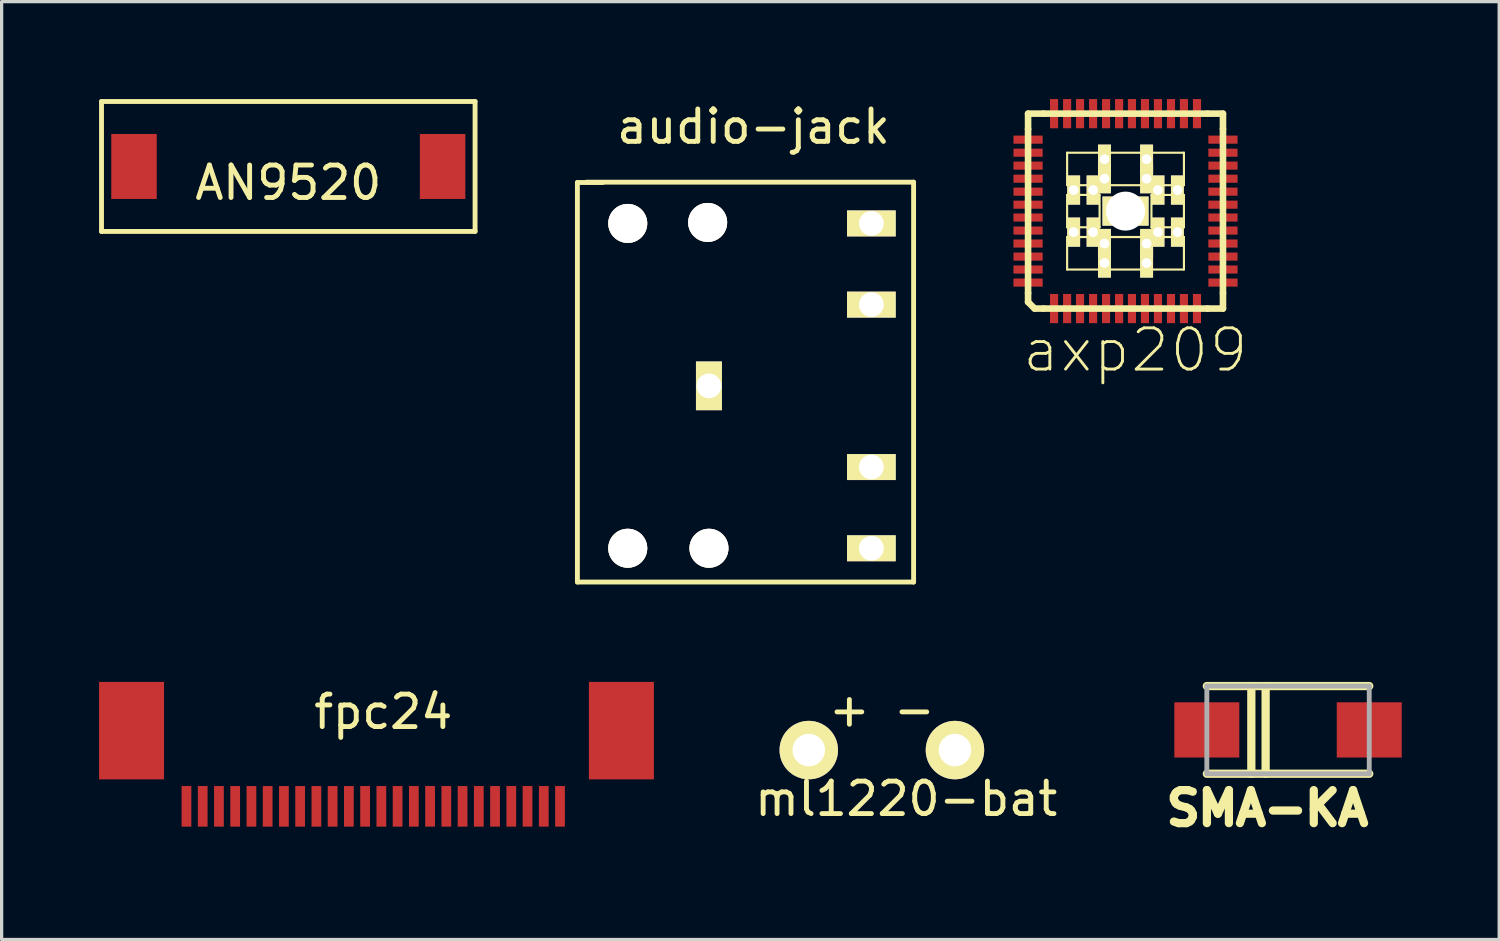
<source format=kicad_pcb>
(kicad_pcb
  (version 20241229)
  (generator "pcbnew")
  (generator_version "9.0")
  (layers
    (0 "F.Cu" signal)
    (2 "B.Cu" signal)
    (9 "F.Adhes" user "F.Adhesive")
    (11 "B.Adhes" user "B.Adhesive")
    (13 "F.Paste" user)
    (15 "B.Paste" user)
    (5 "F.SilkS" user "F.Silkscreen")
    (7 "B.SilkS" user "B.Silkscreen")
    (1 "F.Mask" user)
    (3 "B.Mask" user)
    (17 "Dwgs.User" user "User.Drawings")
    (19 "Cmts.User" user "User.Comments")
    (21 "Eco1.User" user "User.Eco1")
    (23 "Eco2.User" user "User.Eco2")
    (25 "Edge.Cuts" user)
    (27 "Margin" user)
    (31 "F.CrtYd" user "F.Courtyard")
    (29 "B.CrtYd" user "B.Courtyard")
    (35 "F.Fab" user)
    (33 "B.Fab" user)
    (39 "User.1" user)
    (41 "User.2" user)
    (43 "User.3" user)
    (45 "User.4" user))
  (footprint "SMA-KA"
    (layer "F.Cu")
    (at 36.602 19.42)
    (property "Reference" "SMA-KA" (at -0.635 2.413 0) (layer "F.SilkS") (effects (font (size 1.016 1.016) (thickness 0.254))))
    (attr through_hole)
    (fp_line (start -2.5 1.35) (end 2.5 1.35) (stroke (width 0.254) (type solid)) (layer "F.SilkS"))
    (fp_line (start -1.13 -1.35) (end -1.13 1.35) (stroke (width 0.254) (type solid)) (layer "F.SilkS"))
    (fp_line (start -0.69 -1.35) (end -0.69 1.35) (stroke (width 0.254) (type solid)) (layer "F.SilkS"))
    (fp_line (start 2.5 -1.35) (end -2.5 -1.35) (stroke (width 0.254) (type solid)) (layer "F.SilkS"))
    (fp_line (start -2.5 -1.35) (end 2.5 -1.35) (stroke (width 0.15) (type solid)) (layer "F.Fab"))
    (fp_line (start -2.5 1.35) (end -2.5 -1.35) (stroke (width 0.15) (type solid)) (layer "F.Fab"))
    (fp_line (start 2.5 -1.35) (end 2.5 1.35) (stroke (width 0.15) (type solid)) (layer "F.Fab"))
    (fp_line (start 2.5 1.35) (end -2.5 1.35) (stroke (width 0.15) (type solid)) (layer "F.Fab"))
    (pad "1" smd rect (at -2.5 0) (size 2 1.7) (layers "F.Cu" "F.Mask" "F.Paste"))
    (pad "2" smd rect (at 2.5 0) (size 2 1.7) (layers "F.Cu" "F.Mask" "F.Paste")))
  (footprint "AN9520"
    (layer "F.Cu")
    (at 5.825 2.075)
    (property "Reference" "AN9520" (at 0 0.5 0) (layer "F.SilkS") (effects (font (size 1 1) (thickness 0.15))))
    (attr through_hole)
    (fp_line (start -5.75 -2) (end 5.75 -2) (stroke (width 0.15) (type solid)) (layer "F.SilkS"))
    (fp_line (start -5.75 2) (end -5.75 -2) (stroke (width 0.15) (type solid)) (layer "F.SilkS"))
    (fp_line (start 5.75 -2) (end 5.75 2) (stroke (width 0.15) (type solid)) (layer "F.SilkS"))
    (fp_line (start 5.75 2) (end -5.75 2) (stroke (width 0.15) (type solid)) (layer "F.SilkS"))
    (pad "1" smd rect (at -4.75 0) (size 1.4 2) (layers "F.Cu" "F.Mask" "F.Paste"))
    (pad "2" smd rect (at 4.75 0) (size 1.4 2) (layers "F.Cu" "F.Mask" "F.Paste")))
  (footprint "ml1220-bat"
    (layer "F.Cu")
    (at 24.098 20.041)
    (property "Reference" "ml1220-bat" (at 0.75 1.5 0) (layer "F.SilkS") (effects (font (size 1 1) (thickness 0.15))))
    (attr through_hole)
    (fp_text user "-" (at 1 -1.25 0) (layer "F.SilkS") (effects (font (size 1 1) (thickness 0.15))))
    (fp_text user "+" (at -1 -1.25 0) (layer "F.SilkS") (effects (font (size 1 1) (thickness 0.15))))
    (pad "1" thru_hole circle (at -2.25 0) (size 1.8 1.8) (drill 1) (layers "*.Cu" "*.Mask" "F.SilkS"))
    (pad "2" thru_hole circle (at 2.25 0) (size 1.8 1.8) (drill 1) (layers "*.Cu" "*.Mask" "F.SilkS")))
  (footprint "axp209"
    (layer "F.Cu")
    (at 31.599 3.449)
    (property "Reference" "axp209" (at 0.3 4.28 0) (layer "F.SilkS") (effects (font (size 1.27 1.27) (thickness 0.089))))
    (attr smd)
    (fp_line (start -3 -3) (end -2.525 -3) (stroke (width 0.203) (type solid)) (layer "F.SilkS"))
    (fp_line (start -3 -2.525) (end -3 -3) (stroke (width 0.203) (type solid)) (layer "F.SilkS"))
    (fp_line (start -3 2.525) (end -3 -2.525) (stroke (width 0.203) (type solid)) (layer "F.SilkS"))
    (fp_line (start -3 2.799) (end -3 2.525) (stroke (width 0.203) (type solid)) (layer "F.SilkS"))
    (fp_line (start -2.799 3) (end -3 2.799) (stroke (width 0.203) (type solid)) (layer "F.SilkS"))
    (fp_line (start -2.525 -3) (end 2.525 -3) (stroke (width 0.203) (type solid)) (layer "F.SilkS"))
    (fp_line (start -2.525 3) (end -2.799 3) (stroke (width 0.203) (type solid)) (layer "F.SilkS"))
    (fp_line (start -1.798 -1.798) (end -0.798 -1.798) (stroke (width 0.066) (type solid)) (layer "F.SilkS"))
    (fp_line (start -1.798 -0.798) (end -1.798 -1.798) (stroke (width 0.066) (type solid)) (layer "F.SilkS"))
    (fp_line (start -1.798 -0.798) (end -0.798 -0.798) (stroke (width 0.066) (type solid)) (layer "F.SilkS"))
    (fp_line (start -1.798 -0.498) (end -0.798 -0.498) (stroke (width 0.066) (type solid)) (layer "F.SilkS"))
    (fp_line (start -1.798 0.498) (end -1.798 -0.498) (stroke (width 0.066) (type solid)) (layer "F.SilkS"))
    (fp_line (start -1.798 0.498) (end -0.798 0.498) (stroke (width 0.066) (type solid)) (layer "F.SilkS"))
    (fp_line (start -1.798 0.798) (end -0.798 0.798) (stroke (width 0.066) (type solid)) (layer "F.SilkS"))
    (fp_line (start -1.798 1.798) (end -1.798 0.798) (stroke (width 0.066) (type solid)) (layer "F.SilkS"))
    (fp_line (start -1.798 1.798) (end -0.798 1.798) (stroke (width 0.066) (type solid)) (layer "F.SilkS"))
    (fp_line (start -0.798 -0.798) (end -0.798 -1.798) (stroke (width 0.066) (type solid)) (layer "F.SilkS"))
    (fp_line (start -0.798 0.498) (end -0.798 -0.498) (stroke (width 0.066) (type solid)) (layer "F.SilkS"))
    (fp_line (start -0.798 1.798) (end -0.798 0.798) (stroke (width 0.066) (type solid)) (layer "F.SilkS"))
    (fp_line (start -0.498 -1.798) (end 0.498 -1.798) (stroke (width 0.066) (type solid)) (layer "F.SilkS"))
    (fp_line (start -0.498 -0.798) (end -0.498 -1.798) (stroke (width 0.066) (type solid)) (layer "F.SilkS"))
    (fp_line (start -0.498 -0.798) (end 0.498 -0.798) (stroke (width 0.066) (type solid)) (layer "F.SilkS"))
    (fp_line (start -0.498 0.798) (end 0.498 0.798) (stroke (width 0.066) (type solid)) (layer "F.SilkS"))
    (fp_line (start -0.498 1.798) (end -0.498 0.798) (stroke (width 0.066) (type solid)) (layer "F.SilkS"))
    (fp_line (start -0.498 1.798) (end 0.498 1.798) (stroke (width 0.066) (type solid)) (layer "F.SilkS"))
    (fp_line (start 0.498 -0.798) (end 0.498 -1.798) (stroke (width 0.066) (type solid)) (layer "F.SilkS"))
    (fp_line (start 0.498 1.798) (end 0.498 0.798) (stroke (width 0.066) (type solid)) (layer "F.SilkS"))
    (fp_line (start 0.798 -1.798) (end 1.798 -1.798) (stroke (width 0.066) (type solid)) (layer "F.SilkS"))
    (fp_line (start 0.798 -0.798) (end 0.798 -1.798) (stroke (width 0.066) (type solid)) (layer "F.SilkS"))
    (fp_line (start 0.798 -0.798) (end 1.798 -0.798) (stroke (width 0.066) (type solid)) (layer "F.SilkS"))
    (fp_line (start 0.798 -0.498) (end 1.798 -0.498) (stroke (width 0.066) (type solid)) (layer "F.SilkS"))
    (fp_line (start 0.798 0.498) (end 0.798 -0.498) (stroke (width 0.066) (type solid)) (layer "F.SilkS"))
    (fp_line (start 0.798 0.498) (end 1.798 0.498) (stroke (width 0.066) (type solid)) (layer "F.SilkS"))
    (fp_line (start 0.798 0.798) (end 1.798 0.798) (stroke (width 0.066) (type solid)) (layer "F.SilkS"))
    (fp_line (start 0.798 1.798) (end 0.798 0.798) (stroke (width 0.066) (type solid)) (layer "F.SilkS"))
    (fp_line (start 0.798 1.798) (end 1.798 1.798) (stroke (width 0.066) (type solid)) (layer "F.SilkS"))
    (fp_line (start 1.798 -0.798) (end 1.798 -1.798) (stroke (width 0.066) (type solid)) (layer "F.SilkS"))
    (fp_line (start 1.798 0.498) (end 1.798 -0.498) (stroke (width 0.066) (type solid)) (layer "F.SilkS"))
    (fp_line (start 1.798 1.798) (end 1.798 0.798) (stroke (width 0.066) (type solid)) (layer "F.SilkS"))
    (fp_line (start 2.525 -3) (end 3 -3) (stroke (width 0.203) (type solid)) (layer "F.SilkS"))
    (fp_line (start 2.525 3) (end -2.525 3) (stroke (width 0.203) (type solid)) (layer "F.SilkS"))
    (fp_line (start 3 -3) (end 3 -2.525) (stroke (width 0.203) (type solid)) (layer "F.SilkS"))
    (fp_line (start 3 -2.525) (end 3 2.525) (stroke (width 0.203) (type solid)) (layer "F.SilkS"))
    (fp_line (start 3 2.525) (end 3 3) (stroke (width 0.203) (type solid)) (layer "F.SilkS"))
    (fp_line (start 3 3) (end 2.525 3) (stroke (width 0.203) (type solid)) (layer "F.SilkS"))
    (pad "1" smd rect (at -2.2 3) (size 0.25 0.899) (layers "F.Cu" "F.Mask" "F.Paste"))
    (pad "2" smd rect (at -1.798 3) (size 0.25 0.899) (layers "F.Cu" "F.Mask" "F.Paste"))
    (pad "3" smd rect (at -1.4 3) (size 0.25 0.899) (layers "F.Cu" "F.Mask" "F.Paste"))
    (pad "4" smd rect (at -0.998 3) (size 0.25 0.899) (layers "F.Cu" "F.Mask" "F.Paste"))
    (pad "5" smd rect (at -0.599 3) (size 0.25 0.899) (layers "F.Cu" "F.Mask" "F.Paste"))
    (pad "6" smd rect (at -0.198 3) (size 0.25 0.899) (layers "F.Cu" "F.Mask" "F.Paste"))
    (pad "7" smd rect (at 0.198 3) (size 0.25 0.899) (layers "F.Cu" "F.Mask" "F.Paste"))
    (pad "8" smd rect (at 0.599 3) (size 0.25 0.899) (layers "F.Cu" "F.Mask" "F.Paste"))
    (pad "9" smd rect (at 0.998 3) (size 0.25 0.899) (layers "F.Cu" "F.Mask" "F.Paste"))
    (pad "10" smd rect (at 1.4 3) (size 0.25 0.899) (layers "F.Cu" "F.Mask" "F.Paste"))
    (pad "11" smd rect (at 1.798 3) (size 0.25 0.899) (layers "F.Cu" "F.Mask" "F.Paste"))
    (pad "12" smd rect (at 2.2 3) (size 0.25 0.899) (layers "F.Cu" "F.Mask" "F.Paste"))
    (pad "13" smd rect (at 3 2.2 90) (size 0.25 0.899) (layers "F.Cu" "F.Mask" "F.Paste"))
    (pad "14" smd rect (at 3 1.798 90) (size 0.25 0.899) (layers "F.Cu" "F.Mask" "F.Paste"))
    (pad "15" smd rect (at 3 1.4 90) (size 0.25 0.899) (layers "F.Cu" "F.Mask" "F.Paste"))
    (pad "16" smd rect (at 3 0.998 90) (size 0.25 0.899) (layers "F.Cu" "F.Mask" "F.Paste"))
    (pad "17" smd rect (at 3 0.599 90) (size 0.25 0.899) (layers "F.Cu" "F.Mask" "F.Paste"))
    (pad "18" smd rect (at 3 0.198 90) (size 0.25 0.899) (layers "F.Cu" "F.Mask" "F.Paste"))
    (pad "19" smd rect (at 3 -0.198 90) (size 0.25 0.899) (layers "F.Cu" "F.Mask" "F.Paste"))
    (pad "20" smd rect (at 3 -0.599 90) (size 0.25 0.899) (layers "F.Cu" "F.Mask" "F.Paste"))
    (pad "21" smd rect (at 3 -0.998 90) (size 0.25 0.899) (layers "F.Cu" "F.Mask" "F.Paste"))
    (pad "22" smd rect (at 3 -1.4 90) (size 0.25 0.899) (layers "F.Cu" "F.Mask" "F.Paste"))
    (pad "23" smd rect (at 3 -1.798 90) (size 0.25 0.899) (layers "F.Cu" "F.Mask" "F.Paste"))
    (pad "24" smd rect (at 3 -2.2 90) (size 0.25 0.899) (layers "F.Cu" "F.Mask" "F.Paste"))
    (pad "25" smd rect (at 2.2 -3) (size 0.25 0.899) (layers "F.Cu" "F.Mask" "F.Paste"))
    (pad "26" smd rect (at 1.798 -3) (size 0.25 0.899) (layers "F.Cu" "F.Mask" "F.Paste"))
    (pad "27" smd rect (at 1.4 -3) (size 0.25 0.899) (layers "F.Cu" "F.Mask" "F.Paste"))
    (pad "28" smd rect (at 0.998 -3) (size 0.25 0.899) (layers "F.Cu" "F.Mask" "F.Paste"))
    (pad "29" smd rect (at 0.599 -3) (size 0.25 0.899) (layers "F.Cu" "F.Mask" "F.Paste"))
    (pad "30" smd rect (at 0.198 -3) (size 0.25 0.899) (layers "F.Cu" "F.Mask" "F.Paste"))
    (pad "31" smd rect (at -0.198 -3) (size 0.25 0.899) (layers "F.Cu" "F.Mask" "F.Paste"))
    (pad "32" smd rect (at -0.599 -3) (size 0.25 0.899) (layers "F.Cu" "F.Mask" "F.Paste"))
    (pad "33" smd rect (at -0.998 -3) (size 0.25 0.899) (layers "F.Cu" "F.Mask" "F.Paste"))
    (pad "34" smd rect (at -1.4 -3) (size 0.25 0.899) (layers "F.Cu" "F.Mask" "F.Paste"))
    (pad "35" smd rect (at -1.798 -3) (size 0.25 0.899) (layers "F.Cu" "F.Mask" "F.Paste"))
    (pad "36" smd rect (at -2.2 -3) (size 0.25 0.899) (layers "F.Cu" "F.Mask" "F.Paste"))
    (pad "37" smd rect (at -3 -2.2 90) (size 0.25 0.899) (layers "F.Cu" "F.Mask" "F.Paste"))
    (pad "38" smd rect (at -3 -1.798 90) (size 0.25 0.899) (layers "F.Cu" "F.Mask" "F.Paste"))
    (pad "39" smd rect (at -3 -1.4 90) (size 0.25 0.899) (layers "F.Cu" "F.Mask" "F.Paste"))
    (pad "40" smd rect (at -3 -0.998 90) (size 0.25 0.899) (layers "F.Cu" "F.Mask" "F.Paste"))
    (pad "41" smd rect (at -3 -0.599 90) (size 0.25 0.899) (layers "F.Cu" "F.Mask" "F.Paste"))
    (pad "42" smd rect (at -3 -0.198 90) (size 0.25 0.899) (layers "F.Cu" "F.Mask" "F.Paste"))
    (pad "43" smd rect (at -3 0.198 90) (size 0.25 0.899) (layers "F.Cu" "F.Mask" "F.Paste"))
    (pad "44" smd rect (at -3 0.599 90) (size 0.25 0.899) (layers "F.Cu" "F.Mask" "F.Paste"))
    (pad "45" smd rect (at -3 0.998 90) (size 0.25 0.899) (layers "F.Cu" "F.Mask" "F.Paste"))
    (pad "46" smd rect (at -3 1.4 90) (size 0.25 0.899) (layers "F.Cu" "F.Mask" "F.Paste"))
    (pad "47" smd rect (at -3 1.798 90) (size 0.25 0.899) (layers "F.Cu" "F.Mask" "F.Paste"))
    (pad "48" smd rect (at -3 2.2 90) (size 0.25 0.899) (layers "F.Cu" "F.Mask" "F.Paste"))
    (pad "N1" thru_hole rect (at -1.598 -0.648) (size 0.399 0.899) (drill 0.3) (layers "*.Cu" "F.Mask" "F.SilkS" "F.Paste"))
    (pad "N1" thru_hole rect (at -1.598 0.648) (size 0.399 0.899) (drill 0.3) (layers "*.Cu" "F.Mask" "F.SilkS" "F.Paste"))
    (pad "N1" thru_hole rect (at -0.998 -0.648) (size 0.399 0.899) (drill 0.3) (layers "*.Cu" "F.Mask" "F.SilkS" "F.Paste"))
    (pad "N1" thru_hole rect (at -0.998 0.648) (size 0.399 0.899) (drill 0.3) (layers "*.Cu" "F.Mask" "F.SilkS" "F.Paste"))
    (pad "N1" thru_hole rect (at -0.648 -1.598) (size 0.399 0.899) (drill 0.3) (layers "*.Cu" "F.Mask" "F.SilkS" "F.Paste"))
    (pad "N1" thru_hole rect (at -0.648 -0.998) (size 0.399 0.899) (drill 0.3) (layers "*.Cu" "F.Mask" "F.SilkS" "F.Paste"))
    (pad "N1" thru_hole rect (at -0.648 0.998) (size 0.399 0.899) (drill 0.3) (layers "*.Cu" "F.Mask" "F.SilkS" "F.Paste"))
    (pad "N1" thru_hole rect (at -0.648 1.598) (size 0.399 0.899) (drill 0.3) (layers "*.Cu" "F.Mask" "F.SilkS" "F.Paste"))
    (pad "N1" thru_hole rect (at 0 0) (size 1.422 0.899) (drill 1.199) (layers "*.Cu" "F.Mask" "F.SilkS" "F.Paste"))
    (pad "N1" thru_hole rect (at 0.648 -1.598) (size 0.399 0.899) (drill 0.3) (layers "*.Cu" "F.Mask" "F.SilkS" "F.Paste"))
    (pad "N1" thru_hole rect (at 0.648 -0.998) (size 0.399 0.899) (drill 0.3) (layers "*.Cu" "F.Mask" "F.SilkS" "F.Paste"))
    (pad "N1" thru_hole rect (at 0.648 0.998) (size 0.399 0.899) (drill 0.3) (layers "*.Cu" "F.Mask" "F.SilkS" "F.Paste"))
    (pad "N1" thru_hole rect (at 0.648 1.598) (size 0.399 0.899) (drill 0.3) (layers "*.Cu" "F.Mask" "F.SilkS" "F.Paste"))
    (pad "N1" thru_hole rect (at 0.998 -0.648) (size 0.399 0.899) (drill 0.3) (layers "*.Cu" "F.Mask" "F.SilkS" "F.Paste"))
    (pad "N1" thru_hole rect (at 0.998 0.648) (size 0.399 0.899) (drill 0.3) (layers "*.Cu" "F.Mask" "F.SilkS" "F.Paste"))
    (pad "N1" thru_hole rect (at 1.598 -0.648) (size 0.399 0.899) (drill 0.3) (layers "*.Cu" "F.Mask" "F.SilkS" "F.Paste"))
    (pad "N1" thru_hole rect (at 1.598 0.648) (size 0.399 0.899) (drill 0.3) (layers "*.Cu" "F.Mask" "F.SilkS" "F.Paste")))
  (footprint "audio-jack"
    (layer "F.Cu")
    (at 20.835 9.508)
    (property "Reference" "audio-jack" (at -0.69 -8.66 0) (layer "F.SilkS") (effects (font (size 1 1) (thickness 0.15))))
    (attr through_hole)
    (fp_line (start -6.11 -6.94) (end -5.33 -6.94) (stroke (width 0.15) (type solid)) (layer "F.SilkS"))
    (fp_line (start -6.11 5.36) (end -6.11 -6.94) (stroke (width 0.15) (type solid)) (layer "F.SilkS"))
    (fp_line (start -5.83 -6.95) (end 4.24 -6.95) (stroke (width 0.15) (type solid)) (layer "F.SilkS"))
    (fp_line (start 4.24 -6.95) (end 4.24 5.36) (stroke (width 0.15) (type solid)) (layer "F.SilkS"))
    (fp_line (start 4.24 5.36) (end -6.11 5.36) (stroke (width 0.15) (type solid)) (layer "F.SilkS"))
    (pad "1" thru_hole rect (at -2.06 -0.68 270) (size 1.5 0.8) (drill 0.762) (layers "*.Cu" "*.Mask" "F.SilkS"))
    (pad "2" thru_hole rect (at 2.94 -5.68 180) (size 1.5 0.8) (drill 0.762) (layers "*.Cu" "*.Mask" "F.SilkS"))
    (pad "3" thru_hole rect (at 2.94 -3.18 180) (size 1.5 0.8) (drill 0.762) (layers "*.Cu" "*.Mask" "F.SilkS"))
    (pad "4" thru_hole rect (at 2.94 1.82 180) (size 1.5 0.8) (drill 0.762) (layers "*.Cu" "*.Mask" "F.SilkS"))
    (pad "5" thru_hole rect (at 2.94 4.32 180) (size 1.5 0.8) (drill 0.762) (layers "*.Cu" "*.Mask" "F.SilkS"))
    (pad "NC" thru_hole circle (at -4.56 -5.68 270) (size 1.2 1.2) (drill 1.2) (layers "*.Cu" "*.Mask" "F.SilkS"))
    (pad "NC" thru_hole circle (at -4.56 4.32 270) (size 1.2 1.2) (drill 1.2) (layers "*.Cu" "*.Mask" "F.SilkS"))
    (pad "NC" thru_hole circle (at -2.1 -5.71 270) (size 1.2 1.2) (drill 1.2) (layers "*.Cu" "*.Mask" "F.SilkS"))
    (pad "NC" thru_hole circle (at -2.06 4.32 270) (size 1.2 1.2) (drill 1.2) (layers "*.Cu" "*.Mask" "F.SilkS")))
  (footprint "fpc24"
    (layer "F.Cu")
    (at 8.5 21.253)
    (property "Reference" "fpc24" (at 0.25 -2.39 0) (layer "F.SilkS") (effects (font (size 1 1) (thickness 0.15))))
    (attr through_hole)
    (pad "1" smd rect (at 5.69 0.52) (size 0.3 1.25) (layers "F.Cu" "F.Mask" "F.Paste"))
    (pad "2" smd rect (at 5.19 0.52) (size 0.3 1.25) (layers "F.Cu" "F.Mask" "F.Paste"))
    (pad "3" smd rect (at 4.69 0.52) (size 0.3 1.25) (layers "F.Cu" "F.Mask" "F.Paste"))
    (pad "4" smd rect (at 4.19 0.52) (size 0.3 1.25) (layers "F.Cu" "F.Mask" "F.Paste"))
    (pad "5" smd rect (at 3.69 0.52) (size 0.3 1.25) (layers "F.Cu" "F.Mask" "F.Paste"))
    (pad "6" smd rect (at 3.19 0.52) (size 0.3 1.25) (layers "F.Cu" "F.Mask" "F.Paste"))
    (pad "7" smd rect (at 2.69 0.52) (size 0.3 1.25) (layers "F.Cu" "F.Mask" "F.Paste"))
    (pad "8" smd rect (at 2.19 0.52) (size 0.3 1.25) (layers "F.Cu" "F.Mask" "F.Paste"))
    (pad "9" smd rect (at 1.69 0.52) (size 0.3 1.25) (layers "F.Cu" "F.Mask" "F.Paste"))
    (pad "10" smd rect (at 1.19 0.52) (size 0.3 1.25) (layers "F.Cu" "F.Mask" "F.Paste"))
    (pad "11" smd rect (at 0.69 0.52) (size 0.3 1.25) (layers "F.Cu" "F.Mask" "F.Paste"))
    (pad "12" smd rect (at 0.19 0.52) (size 0.3 1.25) (layers "F.Cu" "F.Mask" "F.Paste"))
    (pad "13" smd rect (at -0.31 0.52) (size 0.3 1.25) (layers "F.Cu" "F.Mask" "F.Paste"))
    (pad "14" smd rect (at -0.81 0.52) (size 0.3 1.25) (layers "F.Cu" "F.Mask" "F.Paste"))
    (pad "15" smd rect (at -1.31 0.52) (size 0.3 1.25) (layers "F.Cu" "F.Mask" "F.Paste"))
    (pad "16" smd rect (at -1.81 0.52) (size 0.3 1.25) (layers "F.Cu" "F.Mask" "F.Paste"))
    (pad "17" smd rect (at -2.31 0.52) (size 0.3 1.25) (layers "F.Cu" "F.Mask" "F.Paste"))
    (pad "18" smd rect (at -2.81 0.52) (size 0.3 1.25) (layers "F.Cu" "F.Mask" "F.Paste"))
    (pad "19" smd rect (at -3.31 0.52) (size 0.3 1.25) (layers "F.Cu" "F.Mask" "F.Paste"))
    (pad "20" smd rect (at -3.81 0.52) (size 0.3 1.25) (layers "F.Cu" "F.Mask" "F.Paste"))
    (pad "21" smd rect (at -4.31 0.52) (size 0.3 1.25) (layers "F.Cu" "F.Mask" "F.Paste"))
    (pad "22" smd rect (at -4.81 0.52) (size 0.3 1.25) (layers "F.Cu" "F.Mask" "F.Paste"))
    (pad "23" smd rect (at -5.31 0.52) (size 0.3 1.25) (layers "F.Cu" "F.Mask" "F.Paste"))
    (pad "24" smd rect (at -5.81 0.52) (size 0.3 1.25) (layers "F.Cu" "F.Mask" "F.Paste"))
    (pad "25" smd rect (at -7.5 -1.81) (size 2 3) (layers "F.Cu" "F.Mask" "F.Paste"))
    (pad "26" smd rect (at 7.58 -1.81) (size 2 3) (layers "F.Cu" "F.Mask" "F.Paste")))
  (gr_rect
    (start -3 -3)
    (end 43.102 25.873)
    (stroke (width 0.1) (type default))
    (fill no)
    (layer "Edge.Cuts")))
</source>
